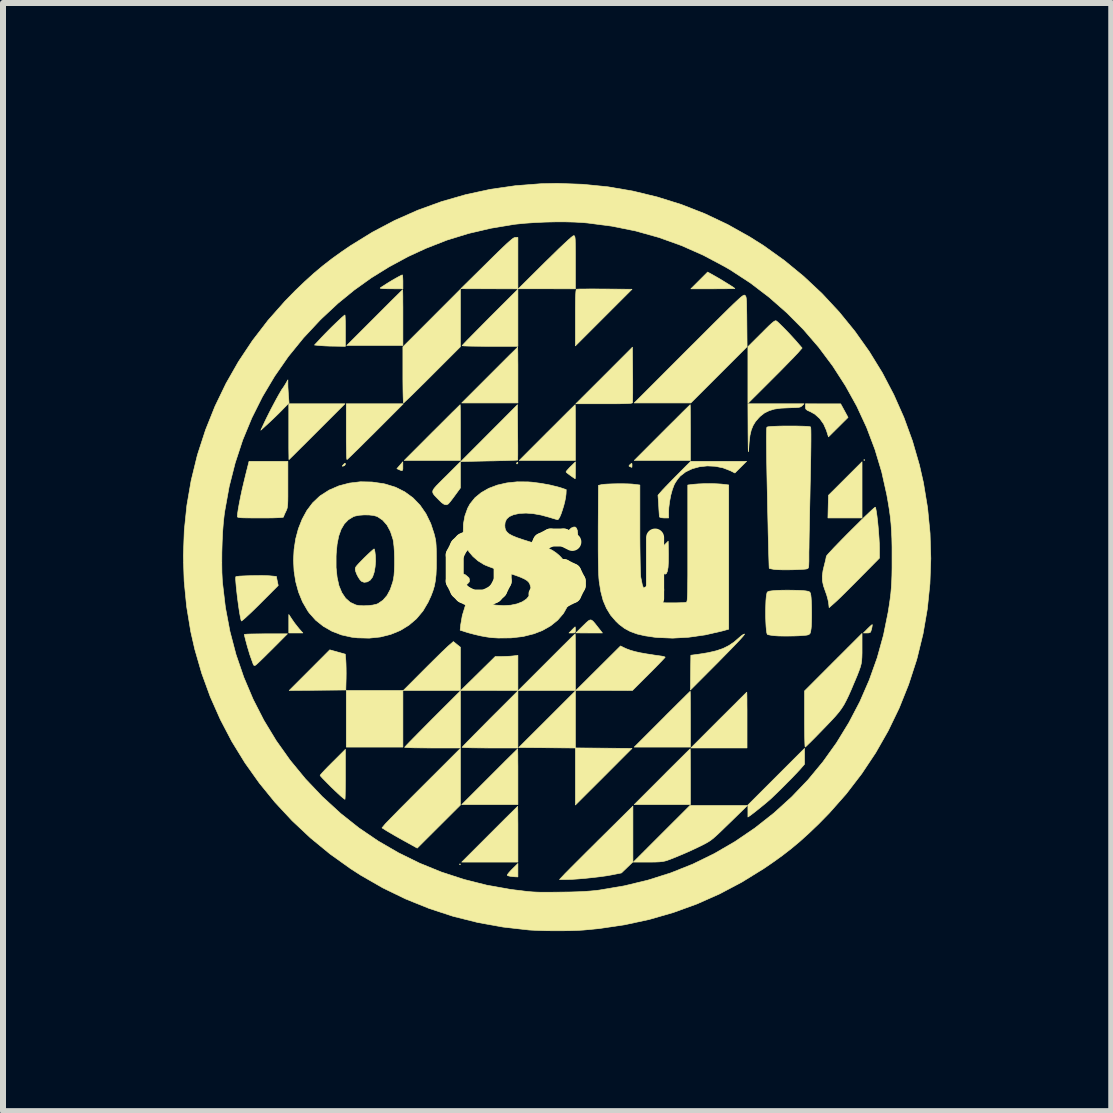
<source format=kicad_pcb>
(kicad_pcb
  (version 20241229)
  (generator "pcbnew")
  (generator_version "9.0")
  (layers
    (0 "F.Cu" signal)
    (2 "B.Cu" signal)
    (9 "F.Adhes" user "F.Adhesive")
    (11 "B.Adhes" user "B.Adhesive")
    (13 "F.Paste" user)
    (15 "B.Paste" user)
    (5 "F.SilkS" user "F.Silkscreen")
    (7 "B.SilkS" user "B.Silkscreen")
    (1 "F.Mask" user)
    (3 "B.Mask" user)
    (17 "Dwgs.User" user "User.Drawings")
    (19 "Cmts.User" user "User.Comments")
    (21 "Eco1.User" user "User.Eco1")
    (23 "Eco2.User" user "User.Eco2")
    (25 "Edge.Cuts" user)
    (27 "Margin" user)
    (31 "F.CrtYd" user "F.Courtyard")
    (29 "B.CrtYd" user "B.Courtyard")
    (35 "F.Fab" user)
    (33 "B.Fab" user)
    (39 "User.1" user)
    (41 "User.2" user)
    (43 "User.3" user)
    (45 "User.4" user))
  (footprint "osu"
    (layer "F.Cu")
    (at 6.231 6.232)
    (property "Reference" "osu" (at 0 0 0) (layer "F.SilkS") (effects (font (size 1.524 1.524) (thickness 0.3))))
    (attr through_hole)
    (fp_poly (pts (xy -2.569 3.164) (xy -3.512 3.164) (xy -3.512 2.221) (xy -2.569 2.221) (xy -2.569 3.164)) (stroke (width 0.01) (type solid)) (fill yes) (layer "F.SilkS"))
    (fp_poly (pts (xy -1.611 5.116) (xy -1.618 5.124) (xy -1.626 5.116) (xy -1.618 5.109) (xy -1.611 5.116)) (stroke (width 0.01) (type solid)) (fill yes) (layer "F.SilkS"))
    (fp_poly (pts (xy 5.08 -0.653) (xy 4.512 -0.653) (xy 4.521 -1.031) (xy 5.08 -1.589) (xy 5.08 -0.653)) (stroke (width 0.01) (type solid)) (fill yes) (layer "F.SilkS"))
    (fp_poly (pts (xy 5.124 -1.618) (xy 5.116 -1.611) (xy 5.109 -1.618) (xy 5.116 -1.626) (xy 5.124 -1.618)) (stroke (width 0.01) (type solid)) (fill yes) (layer "F.SilkS"))
    (fp_poly (pts (xy -4.413 1.041) (xy -4.373 1.098) (xy -4.327 1.157) (xy -4.296 1.195) (xy -4.236 1.263) (xy -4.47 1.263) (xy -4.47 0.955) (xy -4.413 1.041)) (stroke (width 0.01) (type solid)) (fill yes) (layer "F.SilkS"))
    (fp_poly (pts (xy -3.527 -1.547) (xy -3.539 -1.528) (xy -3.557 -1.519) (xy -3.578 -1.515) (xy -3.576 -1.523) (xy -3.562 -1.54) (xy -3.539 -1.563) (xy -3.529 -1.564) (xy -3.527 -1.547)) (stroke (width 0.01) (type solid)) (fill yes) (layer "F.SilkS"))
    (fp_poly (pts (xy -2.57 -1.513) (xy -2.57 -1.467) (xy -2.577 -1.445) (xy -2.594 -1.442) (xy -2.627 -1.455) (xy -2.63 -1.457) (xy -2.669 -1.474) (xy -2.57 -1.589) (xy -2.57 -1.513)) (stroke (width 0.01) (type solid)) (fill yes) (layer "F.SilkS"))
    (fp_poly (pts (xy -0.653 -1.571) (xy -0.653 -1.568) (xy -0.664 -1.554) (xy -0.669 -1.553) (xy -0.677 -1.562) (xy -0.675 -1.568) (xy -0.662 -1.581) (xy -0.66 -1.582) (xy -0.653 -1.571)) (stroke (width 0.01) (type solid)) (fill yes) (layer "F.SilkS"))
    (fp_poly (pts (xy -0.653 2.221) (xy -1.128 2.22) (xy -1.604 2.22) (xy -1.03 1.655) (xy -0.918 1.655) (xy -0.85 1.653) (xy -0.782 1.65) (xy -0.729 1.645) (xy -0.653 1.636) (xy -0.653 2.221)) (stroke (width 0.01) (type solid)) (fill yes) (layer "F.SilkS"))
    (fp_poly (pts (xy 0.305 3.178) (xy 0.777 3.182) (xy 1.248 3.186) (xy 0.777 3.658) (xy 0.305 4.129) (xy 0.305 3.179) (xy -0.639 3.171) (xy -0.167 2.7) (xy 0.305 2.228) (xy 0.305 3.178)) (stroke (width 0.01) (type solid)) (fill yes) (layer "F.SilkS"))
    (fp_poly (pts (xy 1.247 -1.558) (xy 1.248 -1.534) (xy 1.247 -1.506) (xy 1.245 -1.496) (xy 1.23 -1.501) (xy 1.215 -1.507) (xy 1.198 -1.517) (xy 1.201 -1.529) (xy 1.218 -1.545) (xy 1.24 -1.563) (xy 1.247 -1.558)) (stroke (width 0.01) (type solid)) (fill yes) (layer "F.SilkS"))
    (fp_poly (pts (xy -0.653 5.327) (xy -0.7 5.325) (xy -0.746 5.321) (xy -0.784 5.316) (xy -0.816 5.308) (xy -0.831 5.3) (xy -0.826 5.286) (xy -0.804 5.257) (xy -0.769 5.218) (xy -0.747 5.196) (xy -0.653 5.103) (xy -0.653 5.327)) (stroke (width 0.01) (type solid)) (fill yes) (layer "F.SilkS"))
    (fp_poly (pts (xy 0.577 1.05) (xy 0.606 1.075) (xy 0.644 1.121) (xy 0.684 1.172) (xy 0.755 1.263) (xy 0.534 1.263) (xy 0.312 1.262) (xy 0.432 1.144) (xy 0.484 1.093) (xy 0.522 1.06) (xy 0.551 1.045) (xy 0.577 1.05)) (stroke (width 0.01) (type solid)) (fill yes) (layer "F.SilkS"))
    (fp_poly (pts (xy 0.303 1.174) (xy 0.305 1.205) (xy 0.305 1.212) (xy 0.303 1.245) (xy 0.291 1.26) (xy 0.26 1.263) (xy 0.251 1.263) (xy 0.198 1.263) (xy 0.247 1.212) (xy 0.276 1.183) (xy 0.296 1.164) (xy 0.3 1.161) (xy 0.303 1.174)) (stroke (width 0.01) (type solid)) (fill yes) (layer "F.SilkS"))
    (fp_poly (pts (xy -3.658 1.58) (xy -3.529 1.616) (xy -3.52 1.719) (xy -3.517 1.774) (xy -3.515 1.848) (xy -3.514 1.932) (xy -3.515 2.016) (xy -3.515 2.017) (xy -3.52 2.213) (xy -3.991 2.217) (xy -4.463 2.221) (xy -4.125 1.883) (xy -3.787 1.544) (xy -3.658 1.58)) (stroke (width 0.01) (type solid)) (fill yes) (layer "F.SilkS"))
    (fp_poly (pts (xy -1.67 1.453) (xy -1.611 1.5) (xy -1.611 2.221) (xy -2.562 2.221) (xy -2.228 1.886) (xy -2.143 1.801) (xy -2.06 1.719) (xy -1.984 1.644) (xy -1.917 1.578) (xy -1.862 1.526) (xy -1.823 1.489) (xy -1.811 1.478) (xy -1.728 1.406) (xy -1.67 1.453)) (stroke (width 0.01) (type solid)) (fill yes) (layer "F.SilkS"))
    (fp_poly (pts (xy 5.25 1.123) (xy 5.25 1.139) (xy 5.244 1.174) (xy 5.239 1.196) (xy 5.227 1.236) (xy 5.214 1.256) (xy 5.19 1.262) (xy 5.162 1.263) (xy 5.103 1.263) (xy 5.174 1.191) (xy 5.21 1.156) (xy 5.237 1.132) (xy 5.25 1.123) (xy 5.25 1.123)) (stroke (width 0.01) (type solid)) (fill yes) (layer "F.SilkS"))
    (fp_poly (pts (xy -1.528 0.294) (xy -1.513 0.306) (xy -1.486 0.329) (xy -1.472 0.341) (xy -1.471 0.341) (xy -1.466 0.353) (xy -1.46 0.371) (xy -1.462 0.41) (xy -1.492 0.445) (xy -1.542 0.471) (xy -1.597 0.494) (xy -1.597 0.401) (xy -1.593 0.334) (xy -1.58 0.295) (xy -1.559 0.281) (xy -1.528 0.294)) (stroke (width 0.01) (type solid)) (fill yes) (layer "F.SilkS"))
    (fp_poly (pts (xy -0.653 -4.47) (xy -1.128 -4.471) (xy -1.604 -4.472) (xy -1.171 -4.899) (xy -1.063 -5.006) (xy -0.973 -5.094) (xy -0.9 -5.164) (xy -0.841 -5.22) (xy -0.795 -5.261) (xy -0.76 -5.291) (xy -0.734 -5.311) (xy -0.715 -5.322) (xy -0.7 -5.326) (xy -0.696 -5.327) (xy -0.653 -5.327) (xy -0.653 -4.47)) (stroke (width 0.01) (type solid)) (fill yes) (layer "F.SilkS"))
    (fp_poly (pts (xy 1.855 -0.049) (xy 1.854 0.074) (xy 1.849 0.169) (xy 1.837 0.235) (xy 1.82 0.274) (xy 1.798 0.284) (xy 1.769 0.267) (xy 1.764 0.262) (xy 1.74 0.217) (xy 1.724 0.145) (xy 1.715 0.045) (xy 1.714 -0.017) (xy 1.713 -0.128) (xy 1.782 -0.197) (xy 1.851 -0.266) (xy 1.855 -0.049)) (stroke (width 0.01) (type solid)) (fill yes) (layer "F.SilkS"))
    (fp_poly (pts (xy 0.304 -0.501) (xy 0.324 -0.481) (xy 0.338 -0.442) (xy 0.344 -0.393) (xy 0.342 -0.344) (xy 0.331 -0.31) (xy 0.307 -0.275) (xy 0.278 -0.267) (xy 0.242 -0.285) (xy 0.212 -0.312) (xy 0.176 -0.351) (xy 0.162 -0.381) (xy 0.169 -0.41) (xy 0.19 -0.441) (xy 0.235 -0.485) (xy 0.279 -0.503) (xy 0.304 -0.501)) (stroke (width 0.01) (type solid)) (fill yes) (layer "F.SilkS"))
    (fp_poly (pts (xy 0.305 -1.447) (xy 0.304 -1.387) (xy 0.304 -1.34) (xy 0.302 -1.312) (xy 0.301 -1.306) (xy 0.288 -1.314) (xy 0.259 -1.334) (xy 0.225 -1.358) (xy 0.186 -1.387) (xy 0.158 -1.409) (xy 0.149 -1.42) (xy 0.156 -1.434) (xy 0.181 -1.463) (xy 0.216 -1.501) (xy 0.225 -1.509) (xy 0.305 -1.588) (xy 0.305 -1.447)) (stroke (width 0.01) (type solid)) (fill yes) (layer "F.SilkS"))
    (fp_poly (pts (xy 4.43 -2.554) (xy 4.724 -2.554) (xy 4.786 -2.441) (xy 4.847 -2.328) (xy 4.684 -2.166) (xy 4.521 -2.004) (xy 4.486 -2.114) (xy 4.44 -2.218) (xy 4.375 -2.309) (xy 4.294 -2.382) (xy 4.216 -2.425) (xy 4.171 -2.445) (xy 4.148 -2.462) (xy 4.138 -2.482) (xy 4.137 -2.506) (xy 4.137 -2.555) (xy 4.43 -2.554)) (stroke (width 0.01) (type solid)) (fill yes) (layer "F.SilkS"))
    (fp_poly (pts (xy -0.657 -2.081) (xy -0.656 -1.968) (xy -0.655 -1.866) (xy -0.655 -1.776) (xy -0.655 -1.703) (xy -0.656 -1.65) (xy -0.656 -1.621) (xy -0.657 -1.617) (xy -0.672 -1.616) (xy -0.713 -1.614) (xy -0.775 -1.612) (xy -0.857 -1.609) (xy -0.953 -1.607) (xy -1.062 -1.604) (xy -1.133 -1.603) (xy -1.604 -1.593) (xy -0.66 -2.54) (xy -0.657 -2.081)) (stroke (width 0.01) (type solid)) (fill yes) (layer "F.SilkS"))
    (fp_poly (pts (xy -3.999 -2.09) (xy -4.094 -1.995) (xy -4.183 -1.906) (xy -4.264 -1.826) (xy -4.334 -1.756) (xy -4.391 -1.699) (xy -4.434 -1.657) (xy -4.459 -1.632) (xy -4.467 -1.626) (xy -4.468 -1.64) (xy -4.468 -1.679) (xy -4.469 -1.741) (xy -4.47 -1.821) (xy -4.47 -1.917) (xy -4.47 -2.024) (xy -4.47 -2.09) (xy -4.47 -2.555) (xy -3.534 -2.555) (xy -3.999 -2.09)) (stroke (width 0.01) (type solid)) (fill yes) (layer "F.SilkS"))
    (fp_poly (pts (xy -3.026 -2.09) (xy -3.122 -1.995) (xy -3.212 -1.906) (xy -3.293 -1.825) (xy -3.364 -1.756) (xy -3.422 -1.699) (xy -3.466 -1.657) (xy -3.493 -1.632) (xy -3.501 -1.626) (xy -3.504 -1.64) (xy -3.507 -1.679) (xy -3.509 -1.741) (xy -3.51 -1.821) (xy -3.512 -1.917) (xy -3.512 -2.024) (xy -3.512 -2.09) (xy -3.512 -2.555) (xy -2.562 -2.555) (xy -3.026 -2.09)) (stroke (width 0.01) (type solid)) (fill yes) (layer "F.SilkS"))
    (fp_poly (pts (xy -2.572 -4.442) (xy -2.571 -4.402) (xy -2.57 -4.341) (xy -2.57 -4.26) (xy -2.569 -4.165) (xy -2.569 -4.057) (xy -2.569 -3.991) (xy -2.569 -3.527) (xy -3.505 -3.527) (xy -3.041 -3.991) (xy -2.945 -4.087) (xy -2.856 -4.176) (xy -2.776 -4.256) (xy -2.706 -4.325) (xy -2.648 -4.382) (xy -2.606 -4.424) (xy -2.58 -4.449) (xy -2.573 -4.456) (xy -2.572 -4.442)) (stroke (width 0.01) (type solid)) (fill yes) (layer "F.SilkS"))
    (fp_poly (pts (xy -1.614 -2.526) (xy -1.613 -2.487) (xy -1.612 -2.425) (xy -1.612 -2.344) (xy -1.611 -2.249) (xy -1.611 -2.141) (xy -1.611 -2.076) (xy -1.611 -1.611) (xy -2.547 -1.611) (xy -2.083 -2.076) (xy -1.987 -2.171) (xy -1.898 -2.26) (xy -1.818 -2.34) (xy -1.748 -2.41) (xy -1.69 -2.466) (xy -1.648 -2.508) (xy -1.622 -2.533) (xy -1.615 -2.54) (xy -1.614 -2.526)) (stroke (width 0.01) (type solid)) (fill yes) (layer "F.SilkS"))
    (fp_poly (pts (xy -1.611 3.179) (xy -2.076 3.179) (xy -2.188 3.178) (xy -2.291 3.177) (xy -2.381 3.176) (xy -2.454 3.174) (xy -2.506 3.172) (xy -2.535 3.169) (xy -2.54 3.168) (xy -2.53 3.155) (xy -2.502 3.125) (xy -2.457 3.078) (xy -2.397 3.017) (xy -2.325 2.944) (xy -2.243 2.861) (xy -2.153 2.77) (xy -2.076 2.692) (xy -1.611 2.228) (xy -1.611 3.179)) (stroke (width 0.01) (type solid)) (fill yes) (layer "F.SilkS"))
    (fp_poly (pts (xy -0.656 -3.484) (xy -0.655 -3.444) (xy -0.654 -3.383) (xy -0.654 -3.302) (xy -0.653 -3.207) (xy -0.653 -3.099) (xy -0.653 -3.033) (xy -0.653 -2.569) (xy -1.589 -2.569) (xy -1.125 -3.033) (xy -1.029 -3.129) (xy -0.94 -3.218) (xy -0.86 -3.298) (xy -0.79 -3.368) (xy -0.732 -3.424) (xy -0.69 -3.466) (xy -0.664 -3.491) (xy -0.657 -3.498) (xy -0.656 -3.484)) (stroke (width 0.01) (type solid)) (fill yes) (layer "F.SilkS"))
    (fp_poly (pts (xy -0.656 3.207) (xy -0.655 3.247) (xy -0.654 3.308) (xy -0.654 3.389) (xy -0.653 3.484) (xy -0.653 3.592) (xy -0.653 3.658) (xy -0.653 4.122) (xy -1.589 4.122) (xy -1.125 3.658) (xy -1.029 3.562) (xy -0.94 3.473) (xy -0.86 3.393) (xy -0.79 3.324) (xy -0.732 3.267) (xy -0.69 3.225) (xy -0.664 3.2) (xy -0.657 3.193) (xy -0.656 3.207)) (stroke (width 0.01) (type solid)) (fill yes) (layer "F.SilkS"))
    (fp_poly (pts (xy -0.656 4.165) (xy -0.655 4.205) (xy -0.654 4.266) (xy -0.654 4.347) (xy -0.653 4.442) (xy -0.653 4.55) (xy -0.653 4.616) (xy -0.653 5.08) (xy -1.589 5.08) (xy -1.125 4.616) (xy -1.029 4.52) (xy -0.94 4.431) (xy -0.86 4.351) (xy -0.79 4.282) (xy -0.732 4.225) (xy -0.69 4.183) (xy -0.664 4.158) (xy -0.657 4.151) (xy -0.656 4.165)) (stroke (width 0.01) (type solid)) (fill yes) (layer "F.SilkS"))
    (fp_poly (pts (xy -0.653 -3.512) (xy -1.118 -3.512) (xy -1.23 -3.513) (xy -1.333 -3.514) (xy -1.423 -3.515) (xy -1.496 -3.517) (xy -1.548 -3.519) (xy -1.577 -3.522) (xy -1.582 -3.523) (xy -1.572 -3.536) (xy -1.544 -3.566) (xy -1.499 -3.613) (xy -1.439 -3.674) (xy -1.367 -3.747) (xy -1.285 -3.83) (xy -1.195 -3.921) (xy -1.118 -3.999) (xy -0.653 -4.463) (xy -0.653 -3.512)) (stroke (width 0.01) (type solid)) (fill yes) (layer "F.SilkS"))
    (fp_poly (pts (xy -0.653 3.179) (xy -1.118 3.179) (xy -1.23 3.178) (xy -1.333 3.177) (xy -1.423 3.176) (xy -1.496 3.174) (xy -1.548 3.172) (xy -1.577 3.169) (xy -1.582 3.168) (xy -1.572 3.155) (xy -1.544 3.125) (xy -1.499 3.078) (xy -1.439 3.017) (xy -1.367 2.944) (xy -1.285 2.861) (xy -1.195 2.77) (xy -1.118 2.692) (xy -0.653 2.228) (xy -0.653 3.179)) (stroke (width 0.01) (type solid)) (fill yes) (layer "F.SilkS"))
    (fp_poly (pts (xy 0.302 1.291) (xy 0.303 1.331) (xy 0.304 1.393) (xy 0.304 1.473) (xy 0.305 1.569) (xy 0.305 1.677) (xy 0.305 1.749) (xy 0.305 2.221) (xy -0.646 2.221) (xy -0.174 1.749) (xy -0.078 1.653) (xy 0.012 1.563) (xy 0.093 1.482) (xy 0.164 1.412) (xy 0.222 1.354) (xy 0.266 1.311) (xy 0.293 1.285) (xy 0.301 1.277) (xy 0.302 1.291)) (stroke (width 0.01) (type solid)) (fill yes) (layer "F.SilkS"))
    (fp_poly (pts (xy 0.302 -2.526) (xy 0.303 -2.487) (xy 0.304 -2.425) (xy 0.304 -2.344) (xy 0.305 -2.249) (xy 0.305 -2.141) (xy 0.305 -2.076) (xy 0.305 -1.611) (xy -0.631 -1.611) (xy -0.167 -2.076) (xy -0.071 -2.171) (xy 0.018 -2.26) (xy 0.098 -2.34) (xy 0.168 -2.41) (xy 0.225 -2.466) (xy 0.268 -2.508) (xy 0.294 -2.533) (xy 0.301 -2.54) (xy 0.302 -2.526)) (stroke (width 0.01) (type solid)) (fill yes) (layer "F.SilkS"))
    (fp_poly (pts (xy 2.218 -2.526) (xy 2.219 -2.487) (xy 2.219 -2.425) (xy 2.22 -2.344) (xy 2.22 -2.249) (xy 2.221 -2.141) (xy 2.221 -2.076) (xy 2.221 -1.611) (xy 1.285 -1.611) (xy 1.749 -2.076) (xy 1.844 -2.171) (xy 1.934 -2.26) (xy 2.014 -2.34) (xy 2.084 -2.41) (xy 2.141 -2.466) (xy 2.184 -2.508) (xy 2.21 -2.533) (xy 2.217 -2.54) (xy 2.218 -2.526)) (stroke (width 0.01) (type solid)) (fill yes) (layer "F.SilkS"))
    (fp_poly (pts (xy 2.218 2.249) (xy 2.219 2.289) (xy 2.219 2.35) (xy 2.22 2.431) (xy 2.22 2.526) (xy 2.221 2.634) (xy 2.221 2.7) (xy 2.221 3.164) (xy 1.285 3.164) (xy 1.749 2.7) (xy 1.844 2.604) (xy 1.934 2.515) (xy 2.014 2.435) (xy 2.084 2.366) (xy 2.141 2.309) (xy 2.184 2.267) (xy 2.21 2.242) (xy 2.217 2.235) (xy 2.218 2.249)) (stroke (width 0.01) (type solid)) (fill yes) (layer "F.SilkS"))
    (fp_poly (pts (xy 2.218 3.207) (xy 2.219 3.247) (xy 2.219 3.308) (xy 2.22 3.389) (xy 2.22 3.484) (xy 2.221 3.592) (xy 2.221 3.658) (xy 2.221 4.122) (xy 1.285 4.122) (xy 1.749 3.658) (xy 1.844 3.562) (xy 1.934 3.473) (xy 2.014 3.393) (xy 2.084 3.324) (xy 2.141 3.267) (xy 2.184 3.225) (xy 2.21 3.2) (xy 2.217 3.193) (xy 2.218 3.207)) (stroke (width 0.01) (type solid)) (fill yes) (layer "F.SilkS"))
    (fp_poly (pts (xy 2.607 -4.695) (xy 2.658 -4.666) (xy 2.717 -4.632) (xy 2.779 -4.594) (xy 2.839 -4.557) (xy 2.892 -4.524) (xy 2.933 -4.497) (xy 2.957 -4.48) (xy 2.961 -4.476) (xy 2.947 -4.474) (xy 2.908 -4.473) (xy 2.848 -4.472) (xy 2.77 -4.471) (xy 2.679 -4.471) (xy 2.595 -4.47) (xy 2.228 -4.47) (xy 2.368 -4.61) (xy 2.508 -4.75) (xy 2.607 -4.695)) (stroke (width 0.01) (type solid)) (fill yes) (layer "F.SilkS"))
    (fp_poly (pts (xy 3.161 2.264) (xy 3.162 2.303) (xy 3.163 2.365) (xy 3.163 2.445) (xy 3.164 2.541) (xy 3.164 2.649) (xy 3.164 2.714) (xy 3.164 3.179) (xy 2.228 3.179) (xy 2.692 2.714) (xy 2.788 2.619) (xy 2.877 2.53) (xy 2.958 2.45) (xy 3.027 2.38) (xy 3.085 2.323) (xy 3.127 2.281) (xy 3.153 2.256) (xy 3.16 2.25) (xy 3.161 2.264)) (stroke (width 0.01) (type solid)) (fill yes) (layer "F.SilkS"))
    (fp_poly (pts (xy 0.633 -4.468) (xy 0.742 -4.467) (xy 0.795 -4.467) (xy 1.248 -4.463) (xy 0.777 -3.992) (xy 0.305 -3.52) (xy 0.305 -3.988) (xy 0.305 -4.124) (xy 0.306 -4.233) (xy 0.307 -4.318) (xy 0.31 -4.381) (xy 0.313 -4.424) (xy 0.317 -4.451) (xy 0.321 -4.463) (xy 0.323 -4.464) (xy 0.342 -4.465) (xy 0.386 -4.467) (xy 0.451 -4.467) (xy 0.535 -4.468) (xy 0.633 -4.468)) (stroke (width 0.01) (type solid)) (fill yes) (layer "F.SilkS"))
    (fp_poly (pts (xy 1.259 -3.045) (xy 1.26 -2.932) (xy 1.26 -2.829) (xy 1.26 -2.738) (xy 1.259 -2.663) (xy 1.258 -2.609) (xy 1.257 -2.578) (xy 1.256 -2.573) (xy 1.248 -2.568) (xy 1.226 -2.563) (xy 1.187 -2.56) (xy 1.13 -2.558) (xy 1.051 -2.556) (xy 0.949 -2.555) (xy 0.821 -2.555) (xy 0.781 -2.555) (xy 0.312 -2.555) (xy 0.784 -3.026) (xy 1.255 -3.498) (xy 1.259 -3.045)) (stroke (width 0.01) (type solid)) (fill yes) (layer "F.SilkS"))
    (fp_poly (pts (xy -1.611 -3.984) (xy -1.611 -3.505) (xy -2.079 -3.037) (xy -2.175 -2.941) (xy -2.265 -2.852) (xy -2.347 -2.771) (xy -2.418 -2.701) (xy -2.477 -2.644) (xy -2.522 -2.602) (xy -2.549 -2.576) (xy -2.558 -2.569) (xy -2.561 -2.583) (xy -2.563 -2.623) (xy -2.565 -2.684) (xy -2.567 -2.765) (xy -2.568 -2.861) (xy -2.569 -2.968) (xy -2.569 -3.037) (xy -2.569 -3.504) (xy -1.611 -4.463) (xy -1.611 -3.984)) (stroke (width 0.01) (type solid)) (fill yes) (layer "F.SilkS"))
    (fp_poly (pts (xy -1.611 -1.153) (xy -1.705 -1.024) (xy -1.745 -0.97) (xy -1.78 -0.925) (xy -1.806 -0.894) (xy -1.818 -0.883) (xy -1.848 -0.872) (xy -1.882 -0.88) (xy -1.923 -0.908) (xy -1.97 -0.954) (xy -2.013 -0.998) (xy -2.045 -1.032) (xy -2.065 -1.06) (xy -2.073 -1.086) (xy -2.068 -1.114) (xy -2.048 -1.146) (xy -2.012 -1.188) (xy -1.959 -1.242) (xy -1.888 -1.313) (xy -1.853 -1.347) (xy -1.611 -1.589) (xy -1.611 -1.153)) (stroke (width 0.01) (type solid)) (fill yes) (layer "F.SilkS"))
    (fp_poly (pts (xy -1.611 4.13) (xy -1.97 4.488) (xy -2.33 4.847) (xy -2.547 4.727) (xy -2.626 4.683) (xy -2.702 4.64) (xy -2.768 4.601) (xy -2.82 4.571) (xy -2.841 4.558) (xy -2.917 4.51) (xy -2.874 4.458) (xy -2.857 4.438) (xy -2.82 4.4) (xy -2.767 4.345) (xy -2.699 4.276) (xy -2.619 4.194) (xy -2.527 4.102) (xy -2.427 4.001) (xy -2.32 3.894) (xy -2.222 3.796) (xy -1.611 3.186) (xy -1.611 4.13)) (stroke (width 0.01) (type solid)) (fill yes) (layer "F.SilkS"))
    (fp_poly (pts (xy 0.284 -5.355) (xy 0.29 -5.351) (xy 0.295 -5.34) (xy 0.299 -5.319) (xy 0.302 -5.285) (xy 0.303 -5.236) (xy 0.304 -5.168) (xy 0.305 -5.078) (xy 0.305 -4.964) (xy 0.305 -4.913) (xy 0.305 -4.47) (xy -0.171 -4.471) (xy -0.646 -4.471) (xy -0.2 -4.914) (xy -0.078 -5.033) (xy 0.026 -5.135) (xy 0.114 -5.218) (xy 0.183 -5.282) (xy 0.234 -5.327) (xy 0.265 -5.351) (xy 0.276 -5.356) (xy 0.284 -5.355)) (stroke (width 0.01) (type solid)) (fill yes) (layer "F.SilkS"))
    (fp_poly (pts (xy 1.106 1.504) (xy 1.161 1.529) (xy 1.224 1.552) (xy 1.298 1.573) (xy 1.387 1.593) (xy 1.495 1.612) (xy 1.624 1.632) (xy 1.738 1.648) (xy 1.776 1.655) (xy 1.798 1.664) (xy 1.8 1.667) (xy 1.79 1.679) (xy 1.762 1.709) (xy 1.719 1.754) (xy 1.663 1.812) (xy 1.598 1.878) (xy 1.527 1.949) (xy 1.255 2.221) (xy 0.784 2.22) (xy 0.312 2.22) (xy 1.057 1.479) (xy 1.106 1.504)) (stroke (width 0.01) (type solid)) (fill yes) (layer "F.SilkS"))
    (fp_poly (pts (xy -3.532 -4.021) (xy -3.53 -3.983) (xy -3.528 -3.925) (xy -3.527 -3.852) (xy -3.527 -3.774) (xy -3.527 -3.512) (xy -3.705 -3.515) (xy -3.783 -3.516) (xy -3.859 -3.519) (xy -3.923 -3.523) (xy -3.962 -3.526) (xy -4.042 -3.534) (xy -3.919 -3.666) (xy -3.868 -3.719) (xy -3.811 -3.777) (xy -3.751 -3.837) (xy -3.691 -3.895) (xy -3.636 -3.947) (xy -3.59 -3.99) (xy -3.555 -4.02) (xy -3.536 -4.034) (xy -3.535 -4.035) (xy -3.532 -4.021)) (stroke (width 0.01) (type solid)) (fill yes) (layer "F.SilkS"))
    (fp_poly (pts (xy -2.574 -4.689) (xy -2.571 -4.654) (xy -2.569 -4.603) (xy -2.569 -4.587) (xy -2.569 -4.47) (xy -2.769 -4.471) (xy -2.849 -4.472) (xy -2.903 -4.474) (xy -2.935 -4.477) (xy -2.947 -4.482) (xy -2.943 -4.489) (xy -2.942 -4.489) (xy -2.915 -4.507) (xy -2.874 -4.533) (xy -2.842 -4.554) (xy -2.794 -4.584) (xy -2.739 -4.617) (xy -2.683 -4.649) (xy -2.634 -4.676) (xy -2.597 -4.695) (xy -2.579 -4.703) (xy -2.579 -4.703) (xy -2.574 -4.689)) (stroke (width 0.01) (type solid)) (fill yes) (layer "F.SilkS"))
    (fp_poly (pts (xy 3.123 1.281) (xy 3.117 1.292) (xy 3.093 1.323) (xy 3.049 1.372) (xy 2.988 1.437) (xy 2.91 1.518) (xy 2.817 1.613) (xy 2.71 1.722) (xy 2.682 1.751) (xy 2.221 2.213) (xy 2.224 1.924) (xy 2.228 1.634) (xy 2.363 1.616) (xy 2.518 1.591) (xy 2.65 1.56) (xy 2.763 1.522) (xy 2.861 1.473) (xy 2.95 1.413) (xy 3.028 1.345) (xy 3.068 1.311) (xy 3.101 1.288) (xy 3.122 1.281) (xy 3.123 1.281)) (stroke (width 0.01) (type solid)) (fill yes) (layer "F.SilkS"))
    (fp_poly (pts (xy 4.122 3.449) (xy 4.054 3.528) (xy 4.018 3.567) (xy 3.966 3.622) (xy 3.903 3.688) (xy 3.832 3.759) (xy 3.76 3.832) (xy 3.689 3.902) (xy 3.626 3.963) (xy 3.575 4.012) (xy 3.549 4.036) (xy 3.498 4.08) (xy 3.438 4.13) (xy 3.375 4.181) (xy 3.315 4.229) (xy 3.264 4.269) (xy 3.227 4.297) (xy 3.219 4.303) (xy 3.179 4.329) (xy 3.179 4.129) (xy 3.65 3.658) (xy 4.122 3.186) (xy 4.122 3.449)) (stroke (width 0.01) (type solid)) (fill yes) (layer "F.SilkS"))
    (fp_poly (pts (xy 1.263 5.077) (xy 1.072 5.261) (xy 0.91 5.293) (xy 0.819 5.309) (xy 0.71 5.324) (xy 0.59 5.338) (xy 0.466 5.351) (xy 0.347 5.361) (xy 0.241 5.368) (xy 0.155 5.37) (xy 0.152 5.37) (xy 0.04 5.37) (xy 0.11 5.296) (xy 0.133 5.271) (xy 0.176 5.228) (xy 0.234 5.169) (xy 0.306 5.097) (xy 0.39 5.013) (xy 0.483 4.92) (xy 0.584 4.82) (xy 0.689 4.715) (xy 0.721 4.684) (xy 1.263 4.147) (xy 1.263 5.077)) (stroke (width 0.01) (type solid)) (fill yes) (layer "F.SilkS"))
    (fp_poly (pts (xy -4.485 -2.881) (xy -4.484 -2.83) (xy -4.48 -2.764) (xy -4.476 -2.696) (xy -4.475 -2.689) (xy -4.466 -2.57) (xy -4.574 -2.459) (xy -4.632 -2.4) (xy -4.701 -2.333) (xy -4.771 -2.266) (xy -4.808 -2.232) (xy -4.936 -2.115) (xy -4.869 -2.259) (xy -4.84 -2.319) (xy -4.804 -2.391) (xy -4.764 -2.47) (xy -4.721 -2.551) (xy -4.68 -2.628) (xy -4.642 -2.697) (xy -4.61 -2.752) (xy -4.588 -2.79) (xy -4.58 -2.801) (xy -4.562 -2.826) (xy -4.537 -2.865) (xy -4.523 -2.888) (xy -4.485 -2.954) (xy -4.485 -2.881)) (stroke (width 0.01) (type solid)) (fill yes) (layer "F.SilkS"))
    (fp_poly (pts (xy -3.527 3.618) (xy -3.527 3.725) (xy -3.528 3.821) (xy -3.529 3.904) (xy -3.53 3.97) (xy -3.532 4.014) (xy -3.534 4.034) (xy -3.534 4.035) (xy -3.548 4.026) (xy -3.577 4.003) (xy -3.603 3.981) (xy -3.651 3.937) (xy -3.705 3.886) (xy -3.762 3.831) (xy -3.817 3.776) (xy -3.867 3.725) (xy -3.909 3.682) (xy -3.937 3.651) (xy -3.948 3.635) (xy -3.948 3.635) (xy -3.938 3.621) (xy -3.911 3.59) (xy -3.869 3.545) (xy -3.815 3.489) (xy -3.753 3.427) (xy -3.737 3.411) (xy -3.527 3.201) (xy -3.527 3.618)) (stroke (width 0.01) (type solid)) (fill yes) (layer "F.SilkS"))
    (fp_poly (pts (xy 2.874 4.427) (xy 2.786 4.512) (xy 2.716 4.58) (xy 2.659 4.633) (xy 2.613 4.674) (xy 2.574 4.706) (xy 2.537 4.732) (xy 2.501 4.754) (xy 2.461 4.776) (xy 2.424 4.795) (xy 2.336 4.838) (xy 2.234 4.886) (xy 2.126 4.934) (xy 2.019 4.979) (xy 1.922 5.019) (xy 1.841 5.049) (xy 1.831 5.053) (xy 1.795 5.063) (xy 1.755 5.071) (xy 1.705 5.076) (xy 1.64 5.079) (xy 1.554 5.08) (xy 1.511 5.08) (xy 1.27 5.08) (xy 1.742 4.608) (xy 2.213 4.137) (xy 3.171 4.137) (xy 2.874 4.427)) (stroke (width 0.01) (type solid)) (fill yes) (layer "F.SilkS"))
    (fp_poly (pts (xy 3.652 -3.936) (xy 3.674 -3.919) (xy 3.711 -3.884) (xy 3.76 -3.836) (xy 3.816 -3.779) (xy 3.875 -3.717) (xy 3.934 -3.653) (xy 3.988 -3.593) (xy 4.004 -3.574) (xy 4.082 -3.484) (xy 4.009 -3.4) (xy 3.981 -3.371) (xy 3.936 -3.323) (xy 3.876 -3.262) (xy 3.804 -3.188) (xy 3.724 -3.106) (xy 3.637 -3.019) (xy 3.557 -2.939) (xy 3.179 -2.562) (xy 3.179 -3.506) (xy 3.402 -3.728) (xy 3.476 -3.802) (xy 3.533 -3.858) (xy 3.576 -3.897) (xy 3.606 -3.922) (xy 3.628 -3.935) (xy 3.642 -3.939) (xy 3.652 -3.936)) (stroke (width 0.01) (type solid)) (fill yes) (layer "F.SilkS"))
    (fp_poly (pts (xy -4.746 1.532) (xy -4.818 1.603) (xy -4.883 1.668) (xy -4.94 1.723) (xy -4.985 1.766) (xy -5.015 1.793) (xy -5.026 1.801) (xy -5.047 1.806) (xy -5.061 1.788) (xy -5.063 1.782) (xy -5.074 1.751) (xy -5.091 1.704) (xy -5.106 1.662) (xy -5.121 1.619) (xy -5.138 1.561) (xy -5.158 1.496) (xy -5.176 1.429) (xy -5.192 1.369) (xy -5.204 1.321) (xy -5.21 1.292) (xy -5.211 1.288) (xy -5.197 1.285) (xy -5.158 1.282) (xy -5.098 1.28) (xy -5.02 1.279) (xy -4.929 1.278) (xy -4.852 1.277) (xy -4.492 1.277) (xy -4.746 1.532)) (stroke (width 0.01) (type solid)) (fill yes) (layer "F.SilkS"))
    (fp_poly (pts (xy -3.041 -0.121) (xy -3.034 -0.083) (xy -3.028 -0.032) (xy -3.027 -0.026) (xy -3.024 0.068) (xy -3.032 0.164) (xy -3.048 0.253) (xy -3.072 0.324) (xy -3.076 0.333) (xy -3.114 0.383) (xy -3.162 0.412) (xy -3.214 0.419) (xy -3.255 0.405) (xy -3.281 0.38) (xy -3.311 0.336) (xy -3.338 0.284) (xy -3.357 0.233) (xy -3.36 0.22) (xy -3.363 0.2) (xy -3.361 0.182) (xy -3.352 0.162) (xy -3.331 0.135) (xy -3.297 0.098) (xy -3.247 0.047) (xy -3.214 0.013) (xy -3.159 -0.04) (xy -3.111 -0.085) (xy -3.074 -0.118) (xy -3.052 -0.136) (xy -3.047 -0.137) (xy -3.041 -0.121)) (stroke (width 0.01) (type solid)) (fill yes) (layer "F.SilkS"))
    (fp_poly (pts (xy 3.126 -4.364) (xy 3.127 -4.363) (xy 3.136 -4.356) (xy 3.143 -4.346) (xy 3.148 -4.33) (xy 3.152 -4.304) (xy 3.155 -4.265) (xy 3.157 -4.21) (xy 3.158 -4.135) (xy 3.16 -4.038) (xy 3.161 -3.925) (xy 3.165 -3.506) (xy 2.696 -3.037) (xy 2.228 -2.569) (xy 1.285 -2.569) (xy 2.191 -3.476) (xy 2.349 -3.633) (xy 2.487 -3.771) (xy 2.607 -3.891) (xy 2.711 -3.994) (xy 2.8 -4.082) (xy 2.874 -4.155) (xy 2.936 -4.215) (xy 2.986 -4.262) (xy 3.026 -4.299) (xy 3.057 -4.327) (xy 3.081 -4.346) (xy 3.099 -4.358) (xy 3.111 -4.364) (xy 3.12 -4.366) (xy 3.126 -4.364)) (stroke (width 0.01) (type solid)) (fill yes) (layer "F.SilkS"))
    (fp_poly (pts (xy 4.083 -2.523) (xy 4.067 -2.51) (xy 4.049 -2.501) (xy 4.021 -2.495) (xy 3.978 -2.492) (xy 3.916 -2.49) (xy 3.858 -2.488) (xy 3.728 -2.482) (xy 3.621 -2.467) (xy 3.532 -2.44) (xy 3.455 -2.402) (xy 3.387 -2.349) (xy 3.358 -2.32) (xy 3.304 -2.257) (xy 3.264 -2.191) (xy 3.234 -2.116) (xy 3.213 -2.028) (xy 3.2 -1.92) (xy 3.194 -1.836) (xy 3.191 -1.789) (xy 3.189 -1.762) (xy 3.187 -1.756) (xy 3.185 -1.773) (xy 3.184 -1.814) (xy 3.183 -1.88) (xy 3.182 -1.972) (xy 3.181 -2.092) (xy 3.181 -2.101) (xy 3.179 -2.555) (xy 4.114 -2.555) (xy 4.083 -2.523)) (stroke (width 0.01) (type solid)) (fill yes) (layer "F.SilkS"))
    (fp_poly (pts (xy -4.851 0.308) (xy -4.797 0.31) (xy -4.787 0.311) (xy -4.677 0.321) (xy -4.662 0.397) (xy -4.646 0.472) (xy -4.948 0.775) (xy -5.025 0.851) (xy -5.095 0.919) (xy -5.156 0.976) (xy -5.205 1.021) (xy -5.24 1.051) (xy -5.258 1.063) (xy -5.26 1.063) (xy -5.268 1.038) (xy -5.278 0.99) (xy -5.29 0.925) (xy -5.302 0.846) (xy -5.314 0.759) (xy -5.326 0.669) (xy -5.336 0.58) (xy -5.345 0.497) (xy -5.351 0.426) (xy -5.355 0.37) (xy -5.354 0.335) (xy -5.352 0.325) (xy -5.334 0.321) (xy -5.292 0.316) (xy -5.232 0.313) (xy -5.159 0.31) (xy -5.079 0.308) (xy -4.997 0.307) (xy -4.92 0.306) (xy -4.851 0.308)) (stroke (width 0.01) (type solid)) (fill yes) (layer "F.SilkS"))
    (fp_poly (pts (xy -4.485 -1.213) (xy -4.485 -1.098) (xy -4.485 -1.007) (xy -4.486 -0.938) (xy -4.488 -0.887) (xy -4.492 -0.848) (xy -4.496 -0.82) (xy -4.503 -0.797) (xy -4.512 -0.776) (xy -4.521 -0.757) (xy -4.541 -0.715) (xy -4.554 -0.682) (xy -4.557 -0.669) (xy -4.568 -0.664) (xy -4.601 -0.66) (xy -4.658 -0.657) (xy -4.74 -0.654) (xy -4.849 -0.653) (xy -4.942 -0.653) (xy -5.059 -0.653) (xy -5.15 -0.654) (xy -5.218 -0.655) (xy -5.267 -0.657) (xy -5.299 -0.661) (xy -5.317 -0.665) (xy -5.326 -0.671) (xy -5.327 -0.675) (xy -5.323 -0.725) (xy -5.312 -0.799) (xy -5.295 -0.894) (xy -5.273 -1.006) (xy -5.246 -1.132) (xy -5.214 -1.267) (xy -5.186 -1.382) (xy -5.132 -1.597) (xy -4.485 -1.597) (xy -4.485 -1.213)) (stroke (width 0.01) (type solid)) (fill yes) (layer "F.SilkS"))
    (fp_poly (pts (xy 5.08 1.511) (xy 5.08 1.597) (xy 5.078 1.667) (xy 5.074 1.724) (xy 5.066 1.777) (xy 5.052 1.83) (xy 5.031 1.89) (xy 5.003 1.963) (xy 4.965 2.054) (xy 4.949 2.091) (xy 4.899 2.21) (xy 4.856 2.307) (xy 4.817 2.387) (xy 4.78 2.457) (xy 4.74 2.52) (xy 4.695 2.581) (xy 4.641 2.645) (xy 4.575 2.717) (xy 4.494 2.802) (xy 4.436 2.862) (xy 4.361 2.939) (xy 4.293 3.009) (xy 4.233 3.069) (xy 4.185 3.116) (xy 4.151 3.149) (xy 4.134 3.163) (xy 4.133 3.164) (xy 4.13 3.15) (xy 4.128 3.111) (xy 4.126 3.049) (xy 4.124 2.968) (xy 4.123 2.873) (xy 4.122 2.765) (xy 4.122 2.696) (xy 4.122 2.229) (xy 4.601 1.749) (xy 5.08 1.27) (xy 5.08 1.511)) (stroke (width 0.01) (type solid)) (fill yes) (layer "F.SilkS"))
    (fp_poly (pts (xy 3.059 -1.499) (xy 2.962 -1.402) (xy 2.885 -1.441) (xy 2.763 -1.488) (xy 2.633 -1.514) (xy 2.501 -1.52) (xy 2.372 -1.506) (xy 2.251 -1.473) (xy 2.142 -1.421) (xy 2.051 -1.351) (xy 2.051 -1.35) (xy 2.009 -1.301) (xy 1.969 -1.241) (xy 1.951 -1.208) (xy 1.921 -1.129) (xy 1.894 -1.032) (xy 1.874 -0.926) (xy 1.861 -0.823) (xy 1.858 -0.758) (xy 1.858 -0.653) (xy 1.785 -0.653) (xy 1.736 -0.657) (xy 1.709 -0.667) (xy 1.706 -0.671) (xy 1.703 -0.692) (xy 1.7 -0.736) (xy 1.696 -0.795) (xy 1.693 -0.851) (xy 1.689 -0.918) (xy 1.685 -0.974) (xy 1.682 -1.013) (xy 1.68 -1.028) (xy 1.689 -1.042) (xy 1.716 -1.073) (xy 1.758 -1.12) (xy 1.813 -1.178) (xy 1.878 -1.245) (xy 1.95 -1.319) (xy 1.951 -1.32) (xy 2.226 -1.597) (xy 3.157 -1.597) (xy 3.059 -1.499)) (stroke (width 0.01) (type solid)) (fill yes) (layer "F.SilkS"))
    (fp_poly (pts (xy 3.929 0.551) (xy 4.018 0.553) (xy 4.093 0.557) (xy 4.144 0.562) (xy 4.187 0.57) (xy 4.21 0.582) (xy 4.221 0.603) (xy 4.227 0.632) (xy 4.232 0.677) (xy 4.236 0.744) (xy 4.239 0.825) (xy 4.24 0.914) (xy 4.24 1.003) (xy 4.238 1.086) (xy 4.235 1.154) (xy 4.232 1.187) (xy 4.224 1.239) (xy 4.215 1.269) (xy 4.2 1.285) (xy 4.182 1.294) (xy 4.151 1.3) (xy 4.096 1.305) (xy 4.025 1.31) (xy 3.943 1.313) (xy 3.857 1.314) (xy 3.772 1.314) (xy 3.695 1.313) (xy 3.632 1.309) (xy 3.601 1.306) (xy 3.553 1.299) (xy 3.517 1.292) (xy 3.503 1.287) (xy 3.494 1.264) (xy 3.487 1.217) (xy 3.481 1.151) (xy 3.477 1.072) (xy 3.474 0.984) (xy 3.474 0.894) (xy 3.476 0.806) (xy 3.479 0.725) (xy 3.485 0.657) (xy 3.492 0.615) (xy 3.498 0.59) (xy 3.51 0.576) (xy 3.534 0.567) (xy 3.578 0.561) (xy 3.597 0.559) (xy 3.661 0.554) (xy 3.743 0.551) (xy 3.835 0.55) (xy 3.929 0.551)) (stroke (width 0.01) (type solid)) (fill yes) (layer "F.SilkS"))
    (fp_poly (pts (xy 5.31 -0.806) (xy 5.319 -0.756) (xy 5.329 -0.687) (xy 5.339 -0.603) (xy 5.348 -0.511) (xy 5.356 -0.414) (xy 5.363 -0.318) (xy 5.368 -0.228) (xy 5.37 -0.149) (xy 5.37 -0.126) (xy 5.37 0.016) (xy 5.047 0.343) (xy 4.963 0.428) (xy 4.88 0.511) (xy 4.803 0.588) (xy 4.735 0.655) (xy 4.679 0.709) (xy 4.638 0.747) (xy 4.628 0.756) (xy 4.532 0.841) (xy 4.523 0.76) (xy 4.512 0.706) (xy 4.494 0.639) (xy 4.471 0.573) (xy 4.469 0.568) (xy 4.437 0.475) (xy 4.42 0.394) (xy 4.418 0.314) (xy 4.43 0.225) (xy 4.447 0.153) (xy 4.463 0.09) (xy 4.476 0.036) (xy 4.483 -0.001) (xy 4.485 -0.014) (xy 4.495 -0.029) (xy 4.522 -0.061) (xy 4.565 -0.107) (xy 4.62 -0.166) (xy 4.685 -0.233) (xy 4.757 -0.307) (xy 4.834 -0.385) (xy 4.913 -0.464) (xy 4.992 -0.542) (xy 5.066 -0.616) (xy 5.135 -0.683) (xy 5.196 -0.741) (xy 5.245 -0.787) (xy 5.28 -0.818) (xy 5.299 -0.832) (xy 5.302 -0.833) (xy 5.31 -0.806)) (stroke (width 0.01) (type solid)) (fill yes) (layer "F.SilkS"))
    (fp_poly (pts (xy 3.964 -2.185) (xy 4.047 -2.183) (xy 4.119 -2.181) (xy 4.176 -2.178) (xy 4.212 -2.173) (xy 4.223 -2.169) (xy 4.226 -2.153) (xy 4.228 -2.112) (xy 4.229 -2.045) (xy 4.229 -1.952) (xy 4.228 -1.833) (xy 4.226 -1.686) (xy 4.223 -1.511) (xy 4.219 -1.308) (xy 4.216 -1.183) (xy 4.213 -1.011) (xy 4.209 -0.843) (xy 4.206 -0.681) (xy 4.203 -0.529) (xy 4.2 -0.39) (xy 4.198 -0.267) (xy 4.197 -0.163) (xy 4.195 -0.081) (xy 4.195 -0.024) (xy 4.195 -0.013) (xy 4.195 0.067) (xy 4.193 0.122) (xy 4.191 0.157) (xy 4.186 0.178) (xy 4.177 0.188) (xy 4.165 0.194) (xy 4.162 0.195) (xy 4.13 0.2) (xy 4.075 0.204) (xy 4.004 0.207) (xy 3.924 0.21) (xy 3.841 0.211) (xy 3.761 0.211) (xy 3.691 0.209) (xy 3.637 0.206) (xy 3.617 0.204) (xy 3.573 0.196) (xy 3.542 0.189) (xy 3.534 0.186) (xy 3.533 0.171) (xy 3.531 0.129) (xy 3.529 0.062) (xy 3.526 -0.027) (xy 3.523 -0.136) (xy 3.52 -0.264) (xy 3.516 -0.407) (xy 3.513 -0.564) (xy 3.509 -0.733) (xy 3.505 -0.911) (xy 3.504 -0.985) (xy 3.499 -1.207) (xy 3.495 -1.401) (xy 3.492 -1.569) (xy 3.49 -1.713) (xy 3.489 -1.834) (xy 3.488 -1.934) (xy 3.488 -2.014) (xy 3.489 -2.075) (xy 3.49 -2.12) (xy 3.492 -2.149) (xy 3.495 -2.164) (xy 3.497 -2.167) (xy 3.516 -2.172) (xy 3.56 -2.177) (xy 3.622 -2.18) (xy 3.699 -2.183) (xy 3.785 -2.185) (xy 3.874 -2.185) (xy 3.964 -2.185)) (stroke (width 0.01) (type solid)) (fill yes) (layer "F.SilkS"))
    (fp_poly (pts (xy 2.644 -1.223) (xy 2.73 -1.218) (xy 2.776 -1.213) (xy 2.859 -1.203) (xy 2.859 1.2) (xy 2.747 1.231) (xy 2.468 1.295) (xy 2.193 1.334) (xy 1.925 1.349) (xy 1.668 1.338) (xy 1.618 1.333) (xy 1.464 1.31) (xy 1.333 1.28) (xy 1.22 1.239) (xy 1.122 1.186) (xy 1.033 1.119) (xy 0.98 1.068) (xy 0.892 0.966) (xy 0.822 0.851) (xy 0.767 0.722) (xy 0.728 0.573) (xy 0.701 0.403) (xy 0.696 0.349) (xy 0.693 0.297) (xy 0.69 0.22) (xy 0.688 0.121) (xy 0.686 0.004) (xy 0.685 -0.129) (xy 0.685 -0.272) (xy 0.685 -0.423) (xy 0.685 -0.507) (xy 0.689 -1.196) (xy 0.74 -1.208) (xy 0.782 -1.214) (xy 0.845 -1.218) (xy 0.924 -1.221) (xy 1.011 -1.223) (xy 1.098 -1.223) (xy 1.18 -1.221) (xy 1.248 -1.218) (xy 1.281 -1.214) (xy 1.379 -1.202) (xy 1.379 -0.496) (xy 1.379 -0.336) (xy 1.38 -0.187) (xy 1.382 -0.05) (xy 1.384 0.072) (xy 1.386 0.175) (xy 1.389 0.257) (xy 1.392 0.314) (xy 1.394 0.334) (xy 1.42 0.463) (xy 1.461 0.569) (xy 1.52 0.652) (xy 1.596 0.714) (xy 1.637 0.736) (xy 1.665 0.746) (xy 1.701 0.754) (xy 1.751 0.758) (xy 1.819 0.761) (xy 1.909 0.761) (xy 1.987 0.761) (xy 2.056 0.759) (xy 2.111 0.757) (xy 2.145 0.753) (xy 2.152 0.752) (xy 2.157 0.748) (xy 2.161 0.741) (xy 2.165 0.728) (xy 2.168 0.707) (xy 2.17 0.676) (xy 2.172 0.633) (xy 2.174 0.576) (xy 2.175 0.503) (xy 2.176 0.411) (xy 2.177 0.3) (xy 2.177 0.166) (xy 2.177 0.008) (xy 2.177 -0.177) (xy 2.177 -0.231) (xy 2.177 -1.202) (xy 2.275 -1.214) (xy 2.351 -1.22) (xy 2.444 -1.224) (xy 2.545 -1.225) (xy 2.644 -1.223)) (stroke (width 0.01) (type solid)) (fill yes) (layer "F.SilkS"))
    (fp_poly (pts (xy -3.085 -1.252) (xy -2.89 -1.224) (xy -2.86 -1.217) (xy -2.691 -1.165) (xy -2.538 -1.088) (xy -2.402 -0.989) (xy -2.284 -0.867) (xy -2.185 -0.724) (xy -2.105 -0.56) (xy -2.05 -0.393) (xy -2.037 -0.343) (xy -2.027 -0.298) (xy -2.02 -0.253) (xy -2.016 -0.201) (xy -2.013 -0.138) (xy -2.012 -0.057) (xy -2.011 0.044) (xy -2.012 0.181) (xy -2.017 0.295) (xy -2.028 0.393) (xy -2.044 0.48) (xy -2.069 0.563) (xy -2.102 0.649) (xy -2.145 0.742) (xy -2.147 0.748) (xy -2.235 0.897) (xy -2.343 1.026) (xy -2.47 1.134) (xy -2.614 1.222) (xy -2.773 1.287) (xy -2.946 1.33) (xy -3.131 1.349) (xy -3.327 1.344) (xy -3.422 1.333) (xy -3.59 1.296) (xy -3.749 1.235) (xy -3.894 1.152) (xy -4.022 1.05) (xy -4.129 0.93) (xy -4.154 0.895) (xy -4.241 0.745) (xy -4.307 0.583) (xy -4.354 0.411) (xy -4.382 0.233) (xy -4.391 0.052) (xy -4.388 -0.015) (xy -3.682 -0.015) (xy -3.682 0.172) (xy -3.665 0.335) (xy -3.634 0.476) (xy -3.586 0.592) (xy -3.524 0.684) (xy -3.446 0.753) (xy -3.353 0.796) (xy -3.351 0.797) (xy -3.295 0.807) (xy -3.223 0.81) (xy -3.145 0.807) (xy -3.07 0.798) (xy -3.009 0.784) (xy -2.982 0.773) (xy -2.901 0.717) (xy -2.833 0.639) (xy -2.779 0.538) (xy -2.737 0.413) (xy -2.727 0.37) (xy -2.717 0.307) (xy -2.711 0.223) (xy -2.708 0.124) (xy -2.708 0.02) (xy -2.711 -0.083) (xy -2.717 -0.178) (xy -2.726 -0.256) (xy -2.733 -0.295) (xy -2.776 -0.427) (xy -2.834 -0.535) (xy -2.906 -0.617) (xy -2.992 -0.674) (xy -3.002 -0.679) (xy -3.059 -0.695) (xy -3.134 -0.703) (xy -3.217 -0.704) (xy -3.298 -0.698) (xy -3.367 -0.684) (xy -3.396 -0.674) (xy -3.478 -0.623) (xy -3.545 -0.554) (xy -3.598 -0.464) (xy -3.638 -0.352) (xy -3.665 -0.217) (xy -3.68 -0.057) (xy -3.682 -0.015) (xy -4.388 -0.015) (xy -4.382 -0.128) (xy -4.355 -0.305) (xy -4.31 -0.474) (xy -4.247 -0.633) (xy -4.168 -0.778) (xy -4.072 -0.905) (xy -3.959 -1.012) (xy -3.944 -1.024) (xy -3.797 -1.118) (xy -3.635 -1.188) (xy -3.46 -1.234) (xy -3.276 -1.256) (xy -3.085 -1.252)) (stroke (width 0.01) (type solid)) (fill yes) (layer "F.SilkS"))
    (fp_poly (pts (xy -0.486 -1.254) (xy -0.417 -1.249) (xy -0.265 -1.229) (xy -0.118 -1.202) (xy 0.016 -1.169) (xy 0.073 -1.152) (xy 0.152 -1.125) (xy 0.149 -1.052) (xy 0.142 -0.996) (xy 0.129 -0.929) (xy 0.111 -0.858) (xy 0.089 -0.787) (xy 0.067 -0.722) (xy 0.045 -0.67) (xy 0.025 -0.636) (xy 0.011 -0.624) (xy -0.009 -0.628) (xy -0.049 -0.64) (xy -0.103 -0.656) (xy -0.139 -0.667) (xy -0.268 -0.702) (xy -0.397 -0.725) (xy -0.517 -0.734) (xy -0.62 -0.729) (xy -0.631 -0.728) (xy -0.726 -0.707) (xy -0.796 -0.676) (xy -0.842 -0.634) (xy -0.866 -0.579) (xy -0.871 -0.53) (xy -0.868 -0.486) (xy -0.856 -0.448) (xy -0.833 -0.416) (xy -0.797 -0.385) (xy -0.743 -0.356) (xy -0.67 -0.326) (xy -0.574 -0.293) (xy -0.453 -0.255) (xy -0.45 -0.254) (xy -0.324 -0.215) (xy -0.221 -0.179) (xy -0.139 -0.144) (xy -0.071 -0.109) (xy -0.014 -0.07) (xy 0.037 -0.027) (xy 0.069 0.006) (xy 0.129 0.078) (xy 0.173 0.15) (xy 0.203 0.232) (xy 0.225 0.331) (xy 0.232 0.376) (xy 0.24 0.531) (xy 0.221 0.677) (xy 0.176 0.813) (xy 0.106 0.937) (xy 0.012 1.047) (xy -0.105 1.142) (xy -0.244 1.221) (xy -0.385 1.276) (xy -0.568 1.322) (xy -0.768 1.345) (xy -0.981 1.347) (xy -1.096 1.34) (xy -1.173 1.329) (xy -1.268 1.312) (xy -1.368 1.289) (xy -1.463 1.264) (xy -1.501 1.253) (xy -1.615 1.217) (xy -1.606 1.127) (xy -1.579 0.971) (xy -1.528 0.805) (xy -1.525 0.798) (xy -1.503 0.741) (xy -1.486 0.706) (xy -1.47 0.691) (xy -1.451 0.69) (xy -1.423 0.7) (xy -1.417 0.702) (xy -1.329 0.733) (xy -1.222 0.762) (xy -1.109 0.786) (xy -1.021 0.799) (xy -0.89 0.807) (xy -0.771 0.8) (xy -0.667 0.778) (xy -0.58 0.744) (xy -0.511 0.698) (xy -0.463 0.642) (xy -0.438 0.577) (xy -0.438 0.505) (xy -0.455 0.446) (xy -0.473 0.416) (xy -0.502 0.389) (xy -0.547 0.362) (xy -0.609 0.334) (xy -0.692 0.303) (xy -0.799 0.269) (xy -0.871 0.247) (xy -0.961 0.219) (xy -1.048 0.19) (xy -1.127 0.161) (xy -1.19 0.136) (xy -1.222 0.121) (xy -1.318 0.061) (xy -1.402 -0.012) (xy -1.468 -0.09) (xy -1.502 -0.149) (xy -1.544 -0.274) (xy -1.564 -0.41) (xy -1.561 -0.55) (xy -1.536 -0.687) (xy -1.49 -0.815) (xy -1.45 -0.888) (xy -1.368 -0.99) (xy -1.263 -1.076) (xy -1.138 -1.147) (xy -0.995 -1.201) (xy -0.837 -1.237) (xy -0.667 -1.255) (xy -0.486 -1.254)) (stroke (width 0.01) (type solid)) (fill yes) (layer "F.SilkS"))
    (fp_poly (pts (xy 0.426 -6.212) (xy 0.847 -6.17) (xy 1.262 -6.099) (xy 1.67 -6) (xy 2.07 -5.875) (xy 2.461 -5.722) (xy 2.841 -5.542) (xy 3.21 -5.335) (xy 3.44 -5.19) (xy 3.784 -4.944) (xy 4.109 -4.677) (xy 4.414 -4.391) (xy 4.698 -4.086) (xy 4.961 -3.763) (xy 5.201 -3.425) (xy 5.418 -3.072) (xy 5.61 -2.705) (xy 5.778 -2.326) (xy 5.92 -1.936) (xy 6.036 -1.535) (xy 6.103 -1.241) (xy 6.172 -0.821) (xy 6.213 -0.4) (xy 6.226 0.022) (xy 6.211 0.443) (xy 6.168 0.861) (xy 6.097 1.274) (xy 5.998 1.68) (xy 5.988 1.716) (xy 5.856 2.122) (xy 5.699 2.514) (xy 5.516 2.893) (xy 5.308 3.258) (xy 5.075 3.608) (xy 4.817 3.944) (xy 4.535 4.263) (xy 4.359 4.443) (xy 4.199 4.596) (xy 4.05 4.731) (xy 3.903 4.854) (xy 3.751 4.972) (xy 3.588 5.089) (xy 3.44 5.19) (xy 3.079 5.413) (xy 2.709 5.609) (xy 2.328 5.778) (xy 1.937 5.92) (xy 1.535 6.036) (xy 1.122 6.125) (xy 0.696 6.188) (xy 0.444 6.212) (xy 0.346 6.218) (xy 0.226 6.222) (xy 0.093 6.224) (xy -0.047 6.224) (xy -0.184 6.223) (xy -0.312 6.219) (xy -0.423 6.214) (xy -0.472 6.211) (xy -0.902 6.162) (xy -1.322 6.086) (xy -1.733 5.983) (xy -2.133 5.852) (xy -2.522 5.695) (xy -2.901 5.511) (xy -3.269 5.3) (xy -3.44 5.19) (xy -3.784 4.944) (xy -4.109 4.677) (xy -4.414 4.391) (xy -4.698 4.086) (xy -4.961 3.763) (xy -5.201 3.425) (xy -5.418 3.072) (xy -5.61 2.705) (xy -5.778 2.326) (xy -5.92 1.936) (xy -6.036 1.535) (xy -6.103 1.241) (xy -6.172 0.821) (xy -6.213 0.4) (xy -6.223 0.094) (xy -5.586 0.094) (xy -5.584 0.255) (xy -5.577 0.397) (xy -5.574 0.429) (xy -5.526 0.837) (xy -5.451 1.235) (xy -5.349 1.623) (xy -5.22 2) (xy -5.065 2.366) (xy -4.885 2.718) (xy -4.679 3.058) (xy -4.448 3.383) (xy -4.193 3.693) (xy -3.914 3.987) (xy -3.611 4.265) (xy -3.607 4.269) (xy -3.303 4.51) (xy -2.981 4.729) (xy -2.643 4.925) (xy -2.291 5.098) (xy -1.928 5.246) (xy -1.554 5.368) (xy -1.174 5.464) (xy -0.787 5.533) (xy -0.704 5.544) (xy -0.611 5.555) (xy -0.533 5.565) (xy -0.467 5.572) (xy -0.406 5.577) (xy -0.345 5.58) (xy -0.279 5.582) (xy -0.202 5.582) (xy -0.111 5.582) (xy 0.002 5.581) (xy 0.08 5.58) (xy 0.228 5.578) (xy 0.352 5.574) (xy 0.459 5.569) (xy 0.555 5.562) (xy 0.644 5.554) (xy 0.711 5.545) (xy 1.118 5.476) (xy 1.512 5.381) (xy 1.894 5.26) (xy 2.264 5.112) (xy 2.62 4.938) (xy 2.964 4.738) (xy 3.296 4.512) (xy 3.614 4.261) (xy 3.91 3.992) (xy 4.18 3.71) (xy 4.429 3.409) (xy 4.657 3.09) (xy 4.862 2.755) (xy 5.044 2.407) (xy 5.201 2.046) (xy 5.333 1.676) (xy 5.438 1.297) (xy 5.514 0.922) (xy 5.533 0.804) (xy 5.548 0.699) (xy 5.56 0.603) (xy 5.568 0.509) (xy 5.574 0.411) (xy 5.578 0.303) (xy 5.58 0.18) (xy 5.58 0.034) (xy 5.58 0) (xy 5.58 -0.167) (xy 5.577 -0.311) (xy 5.571 -0.439) (xy 5.563 -0.557) (xy 5.551 -0.673) (xy 5.535 -0.791) (xy 5.514 -0.919) (xy 5.493 -1.038) (xy 5.408 -1.42) (xy 5.295 -1.795) (xy 5.157 -2.16) (xy 4.993 -2.514) (xy 4.804 -2.855) (xy 4.593 -3.183) (xy 4.359 -3.496) (xy 4.104 -3.792) (xy 3.828 -4.07) (xy 3.533 -4.329) (xy 3.22 -4.568) (xy 2.889 -4.784) (xy 2.795 -4.839) (xy 2.438 -5.029) (xy 2.072 -5.191) (xy 1.696 -5.326) (xy 1.31 -5.434) (xy 0.915 -5.514) (xy 0.509 -5.567) (xy 0.429 -5.574) (xy 0.295 -5.582) (xy 0.14 -5.586) (xy -0.028 -5.586) (xy -0.202 -5.582) (xy -0.372 -5.574) (xy -0.533 -5.563) (xy -0.674 -5.549) (xy -0.711 -5.545) (xy -1.101 -5.48) (xy -1.474 -5.393) (xy -1.835 -5.282) (xy -2.185 -5.145) (xy -2.482 -5.008) (xy -2.8 -4.836) (xy -3.097 -4.652) (xy -3.378 -4.451) (xy -3.649 -4.23) (xy -3.914 -3.983) (xy -3.949 -3.949) (xy -4.226 -3.652) (xy -4.479 -3.341) (xy -4.706 -3.014) (xy -4.909 -2.673) (xy -5.086 -2.319) (xy -5.238 -1.951) (xy -5.363 -1.57) (xy -5.463 -1.177) (xy -5.536 -0.772) (xy -5.545 -0.711) (xy -5.56 -0.577) (xy -5.572 -0.421) (xy -5.58 -0.252) (xy -5.585 -0.078) (xy -5.586 0.094) (xy -6.223 0.094) (xy -6.226 -0.022) (xy -6.211 -0.443) (xy -6.168 -0.861) (xy -6.097 -1.274) (xy -5.998 -1.68) (xy -5.988 -1.716) (xy -5.856 -2.122) (xy -5.699 -2.514) (xy -5.516 -2.893) (xy -5.308 -3.258) (xy -5.075 -3.608) (xy -4.817 -3.944) (xy -4.535 -4.263) (xy -4.359 -4.443) (xy -4.199 -4.596) (xy -4.05 -4.731) (xy -3.903 -4.854) (xy -3.751 -4.972) (xy -3.588 -5.089) (xy -3.44 -5.19) (xy -3.078 -5.413) (xy -2.705 -5.61) (xy -2.321 -5.78) (xy -1.927 -5.923) (xy -1.524 -6.039) (xy -1.113 -6.128) (xy -0.696 -6.188) (xy -0.273 -6.221) (xy 0 -6.227) (xy 0.426 -6.212)) (stroke (width 0.01) (type solid)) (fill yes) (layer "F.SilkS")))
  (gr_rect
    (start -3 -3)
    (end 15.463 15.461)
    (stroke (width 0.1) (type default))
    (fill no)
    (layer "Edge.Cuts")))
</source>
